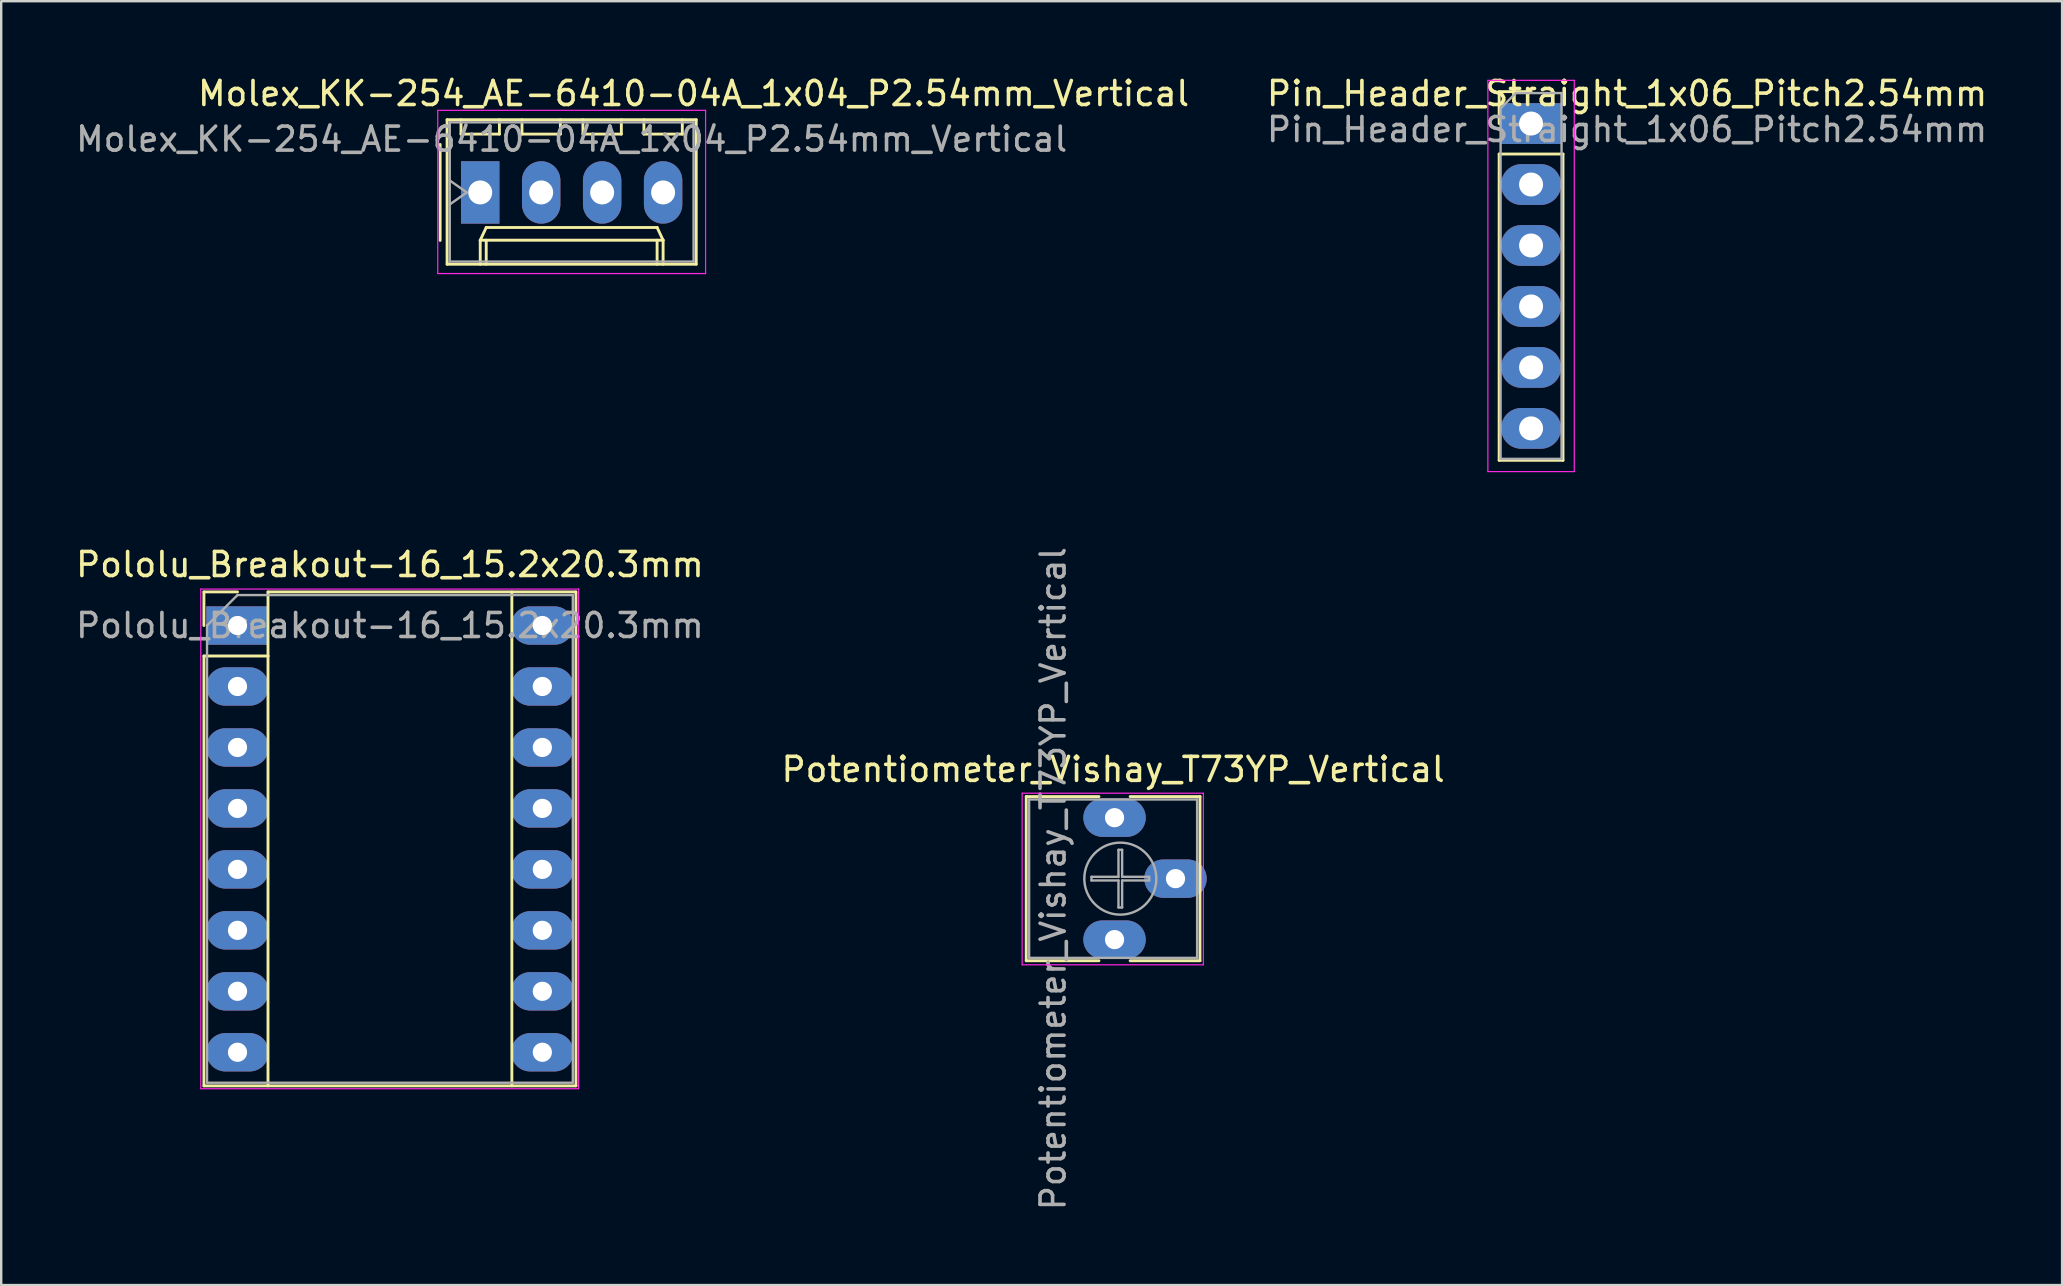
<source format=kicad_pcb>
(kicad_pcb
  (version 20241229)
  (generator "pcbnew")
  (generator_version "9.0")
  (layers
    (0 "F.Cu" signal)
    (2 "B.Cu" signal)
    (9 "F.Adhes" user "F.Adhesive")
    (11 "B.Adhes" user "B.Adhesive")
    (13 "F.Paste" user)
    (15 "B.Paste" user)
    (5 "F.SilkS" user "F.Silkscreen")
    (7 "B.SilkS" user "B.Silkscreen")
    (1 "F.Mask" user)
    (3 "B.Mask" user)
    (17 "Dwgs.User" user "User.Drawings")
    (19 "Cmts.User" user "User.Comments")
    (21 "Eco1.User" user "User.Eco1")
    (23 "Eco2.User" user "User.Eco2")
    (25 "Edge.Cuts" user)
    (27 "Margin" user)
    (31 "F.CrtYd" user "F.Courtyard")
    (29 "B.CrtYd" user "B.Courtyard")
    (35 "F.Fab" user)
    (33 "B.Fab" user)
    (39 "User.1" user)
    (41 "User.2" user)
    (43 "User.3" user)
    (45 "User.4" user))
  (footprint "Pololu_Breakout-16_15.2x20.3mm"
    (layer "F.Cu")
    (at 6.846 23.012)
    (property "Reference" "Pololu_Breakout-16_15.2x20.3mm" (at 6.35 -2.54 0) (layer "F.SilkS") (effects (font (size 1 1) (thickness 0.15))))
    (attr through_hole)
    (fp_line (start -1.4 -1.4) (end -1.4 0) (stroke (width 0.12) (type solid)) (layer "F.SilkS"))
    (fp_line (start -1.4 1.27) (end -1.4 19.18) (stroke (width 0.12) (type solid)) (layer "F.SilkS"))
    (fp_line (start -1.4 19.18) (end 14.1 19.18) (stroke (width 0.12) (type solid)) (layer "F.SilkS"))
    (fp_line (start 0 -1.4) (end -1.4 -1.4) (stroke (width 0.12) (type solid)) (layer "F.SilkS"))
    (fp_line (start 1.27 -1.4) (end 1.27 1.27) (stroke (width 0.12) (type solid)) (layer "F.SilkS"))
    (fp_line (start 1.27 1.27) (end -1.4 1.27) (stroke (width 0.12) (type solid)) (layer "F.SilkS"))
    (fp_line (start 1.27 1.27) (end 1.27 19.18) (stroke (width 0.12) (type solid)) (layer "F.SilkS"))
    (fp_line (start 11.43 -1.4) (end 11.43 19.18) (stroke (width 0.12) (type solid)) (layer "F.SilkS"))
    (fp_line (start 14.1 -1.4) (end 1.27 -1.4) (stroke (width 0.12) (type solid)) (layer "F.SilkS"))
    (fp_line (start 14.1 19.18) (end 14.1 -1.4) (stroke (width 0.12) (type solid)) (layer "F.SilkS"))
    (fp_line (start -1.53 -1.52) (end -1.53 19.3) (stroke (width 0.05) (type solid)) (layer "F.CrtYd"))
    (fp_line (start -1.53 -1.52) (end 14.21 -1.52) (stroke (width 0.05) (type solid)) (layer "F.CrtYd"))
    (fp_line (start 14.21 19.3) (end -1.53 19.3) (stroke (width 0.05) (type solid)) (layer "F.CrtYd"))
    (fp_line (start 14.21 19.3) (end 14.21 -1.52) (stroke (width 0.05) (type solid)) (layer "F.CrtYd"))
    (fp_line (start -1.27 0) (end 0 -1.27) (stroke (width 0.1) (type solid)) (layer "F.Fab"))
    (fp_line (start -1.27 19.05) (end -1.27 0) (stroke (width 0.1) (type solid)) (layer "F.Fab"))
    (fp_line (start 0 -1.27) (end 13.97 -1.27) (stroke (width 0.1) (type solid)) (layer "F.Fab"))
    (fp_line (start 13.97 -1.27) (end 13.97 19.05) (stroke (width 0.1) (type solid)) (layer "F.Fab"))
    (fp_line (start 13.97 19.05) (end -1.27 19.05) (stroke (width 0.1) (type solid)) (layer "F.Fab"))
    (fp_text user "${REFERENCE}" (at 6.35 0 0) (layer "F.Fab") (effects (font (size 1 1) (thickness 0.15))))
    (pad "1" thru_hole rect (at 0 0) (size 2.6 1.6) (drill 0.8) (layers "*.Cu" "*.Mask"))
    (pad "2" thru_hole oval (at 0 2.54) (size 2.6 1.6) (drill 0.8) (layers "*.Cu" "*.Mask"))
    (pad "3" thru_hole oval (at 0 5.08) (size 2.6 1.6) (drill 0.8) (layers "*.Cu" "*.Mask"))
    (pad "4" thru_hole oval (at 0 7.62) (size 2.6 1.6) (drill 0.8) (layers "*.Cu" "*.Mask"))
    (pad "5" thru_hole oval (at 0 10.16) (size 2.6 1.6) (drill 0.8) (layers "*.Cu" "*.Mask"))
    (pad "6" thru_hole oval (at 0 12.7) (size 2.6 1.6) (drill 0.8) (layers "*.Cu" "*.Mask"))
    (pad "7" thru_hole oval (at 0 15.24) (size 2.6 1.6) (drill 0.8) (layers "*.Cu" "*.Mask"))
    (pad "8" thru_hole oval (at 0 17.78) (size 2.6 1.6) (drill 0.8) (layers "*.Cu" "*.Mask"))
    (pad "9" thru_hole oval (at 12.7 17.78) (size 2.6 1.6) (drill 0.8) (layers "*.Cu" "*.Mask"))
    (pad "10" thru_hole oval (at 12.7 15.24) (size 2.6 1.6) (drill 0.8) (layers "*.Cu" "*.Mask"))
    (pad "11" thru_hole oval (at 12.7 12.7) (size 2.6 1.6) (drill 0.8) (layers "*.Cu" "*.Mask"))
    (pad "12" thru_hole oval (at 12.7 10.16) (size 2.6 1.6) (drill 0.8) (layers "*.Cu" "*.Mask"))
    (pad "13" thru_hole oval (at 12.7 7.62) (size 2.6 1.6) (drill 0.8) (layers "*.Cu" "*.Mask"))
    (pad "14" thru_hole oval (at 12.7 5.08) (size 2.6 1.6) (drill 0.8) (layers "*.Cu" "*.Mask"))
    (pad "15" thru_hole oval (at 12.7 2.54) (size 2.6 1.6) (drill 0.8) (layers "*.Cu" "*.Mask"))
    (pad "16" thru_hole oval (at 12.7 0) (size 2.6 1.6) (drill 0.8) (layers "*.Cu" "*.Mask")))
  (footprint "Potentiometer_Vishay_T73YP_Vertical"
    (layer "F.Cu")
    (at 43.387 36.098)
    (property "Reference" "Potentiometer_Vishay_T73YP_Vertical" (at -0.06 -7.09 0) (layer "F.SilkS") (effects (font (size 1 1) (thickness 0.15))))
    (attr through_hole)
    (fp_line (start -3.68 -5.96) (end -3.68 0.88) (stroke (width 0.12) (type solid)) (layer "F.SilkS"))
    (fp_line (start -3.68 -5.96) (end -0.65 -5.96) (stroke (width 0.12) (type solid)) (layer "F.SilkS"))
    (fp_line (start -3.68 0.88) (end -0.65 0.88) (stroke (width 0.12) (type solid)) (layer "F.SilkS"))
    (fp_line (start 0.65 -5.96) (end 3.56 -5.96) (stroke (width 0.12) (type solid)) (layer "F.SilkS"))
    (fp_line (start 0.65 0.88) (end 3.56 0.88) (stroke (width 0.12) (type solid)) (layer "F.SilkS"))
    (fp_line (start 3.56 -5.96) (end 3.56 0.88) (stroke (width 0.12) (type solid)) (layer "F.SilkS"))
    (fp_line (start -3.85 -6.1) (end -3.85 1.05) (stroke (width 0.05) (type solid)) (layer "F.CrtYd"))
    (fp_line (start -3.85 1.05) (end 3.7 1.05) (stroke (width 0.05) (type solid)) (layer "F.CrtYd"))
    (fp_line (start 3.7 -6.1) (end -3.85 -6.1) (stroke (width 0.05) (type solid)) (layer "F.CrtYd"))
    (fp_line (start 3.7 1.05) (end 3.7 -6.1) (stroke (width 0.05) (type solid)) (layer "F.CrtYd"))
    (fp_line (start -3.56 -5.84) (end -3.56 0.76) (stroke (width 0.1) (type solid)) (layer "F.Fab"))
    (fp_line (start -3.56 0.76) (end 3.44 0.76) (stroke (width 0.1) (type solid)) (layer "F.Fab"))
    (fp_line (start -0.961 -2.616) (end 0.164 -2.616) (stroke (width 0.1) (type solid)) (layer "F.Fab"))
    (fp_line (start -0.961 -2.464) (end -0.961 -2.616) (stroke (width 0.1) (type solid)) (layer "F.Fab"))
    (fp_line (start 0.164 -3.741) (end 0.316 -3.741) (stroke (width 0.1) (type solid)) (layer "F.Fab"))
    (fp_line (start 0.164 -2.616) (end 0.164 -3.741) (stroke (width 0.1) (type solid)) (layer "F.Fab"))
    (fp_line (start 0.164 -2.464) (end -0.961 -2.464) (stroke (width 0.1) (type solid)) (layer "F.Fab"))
    (fp_line (start 0.164 -1.339) (end 0.164 -2.464) (stroke (width 0.1) (type solid)) (layer "F.Fab"))
    (fp_line (start 0.316 -3.741) (end 0.316 -2.616) (stroke (width 0.1) (type solid)) (layer "F.Fab"))
    (fp_line (start 0.316 -2.616) (end 1.441 -2.616) (stroke (width 0.1) (type solid)) (layer "F.Fab"))
    (fp_line (start 0.316 -2.464) (end 0.316 -1.339) (stroke (width 0.1) (type solid)) (layer "F.Fab"))
    (fp_line (start 0.316 -1.339) (end 0.164 -1.339) (stroke (width 0.1) (type solid)) (layer "F.Fab"))
    (fp_line (start 1.441 -2.616) (end 1.441 -2.464) (stroke (width 0.1) (type solid)) (layer "F.Fab"))
    (fp_line (start 1.441 -2.464) (end 0.316 -2.464) (stroke (width 0.1) (type solid)) (layer "F.Fab"))
    (fp_line (start 3.44 -5.84) (end -3.56 -5.84) (stroke (width 0.1) (type solid)) (layer "F.Fab"))
    (fp_line (start 3.44 0.76) (end 3.44 -5.84) (stroke (width 0.1) (type solid)) (layer "F.Fab"))
    (fp_circle (center 0.24 -2.54) (end 1.74 -2.54) (stroke (width 0.1) (type solid)) (fill no) (layer "F.Fab"))
    (fp_text user "${REFERENCE}" (at -2.56 -2.54 90) (layer "F.Fab") (effects (font (size 1 1) (thickness 0.15))))
    (pad "1" thru_hole oval (at 0 0) (size 2.6 1.6) (drill 0.8) (layers "*.Cu" "*.Mask"))
    (pad "2" thru_hole oval (at 2.54 -2.54) (size 2.6 1.6) (drill 0.8) (layers "*.Cu" "*.Mask"))
    (pad "3" thru_hole oval (at 0 -5.08) (size 2.6 1.6) (drill 0.8) (layers "*.Cu" "*.Mask")))
  (footprint "Pin_Header_Straight_1x06_Pitch2.54mm"
    (layer "F.Cu")
    (at 60.741 2.098)
    (property "Reference" "Pin_Header_Straight_1x06_Pitch2.54mm" (at 4 -1.25 0) (layer "F.SilkS") (effects (font (size 1 1) (thickness 0.15))))
    (attr through_hole)
    (fp_line (start -1.33 -1.33) (end 0 -1.33) (stroke (width 0.12) (type solid)) (layer "F.SilkS"))
    (fp_line (start -1.33 0) (end -1.33 -1.33) (stroke (width 0.12) (type solid)) (layer "F.SilkS"))
    (fp_line (start -1.33 1.27) (end -1.33 14.03) (stroke (width 0.12) (type solid)) (layer "F.SilkS"))
    (fp_line (start -1.33 1.27) (end 1.33 1.27) (stroke (width 0.12) (type solid)) (layer "F.SilkS"))
    (fp_line (start -1.33 14.03) (end 1.33 14.03) (stroke (width 0.12) (type solid)) (layer "F.SilkS"))
    (fp_line (start 1.33 1.27) (end 1.33 14.03) (stroke (width 0.12) (type solid)) (layer "F.SilkS"))
    (fp_line (start -1.8 -1.8) (end -1.8 14.5) (stroke (width 0.05) (type solid)) (layer "F.CrtYd"))
    (fp_line (start -1.8 14.5) (end 1.8 14.5) (stroke (width 0.05) (type solid)) (layer "F.CrtYd"))
    (fp_line (start 1.8 -1.8) (end -1.8 -1.8) (stroke (width 0.05) (type solid)) (layer "F.CrtYd"))
    (fp_line (start 1.8 14.5) (end 1.8 -1.8) (stroke (width 0.05) (type solid)) (layer "F.CrtYd"))
    (fp_line (start -1.27 -0.635) (end -0.635 -1.27) (stroke (width 0.1) (type solid)) (layer "F.Fab"))
    (fp_line (start -1.27 13.97) (end -1.27 -0.635) (stroke (width 0.1) (type solid)) (layer "F.Fab"))
    (fp_line (start -0.635 -1.27) (end 1.27 -1.27) (stroke (width 0.1) (type solid)) (layer "F.Fab"))
    (fp_line (start 1.27 -1.27) (end 1.27 13.97) (stroke (width 0.1) (type solid)) (layer "F.Fab"))
    (fp_line (start 1.27 13.97) (end -1.27 13.97) (stroke (width 0.1) (type solid)) (layer "F.Fab"))
    (fp_text user "${REFERENCE}" (at 4 0.25 180) (layer "F.Fab") (effects (font (size 1 1) (thickness 0.15))))
    (pad "1" thru_hole rect (at 0 0) (size 2.5 1.7) (drill 1) (layers "*.Cu" "*.Mask"))
    (pad "2" thru_hole oval (at 0 2.54) (size 2.5 1.7) (drill 1) (layers "*.Cu" "*.Mask"))
    (pad "3" thru_hole oval (at 0 5.08) (size 2.5 1.7) (drill 1) (layers "*.Cu" "*.Mask"))
    (pad "4" thru_hole oval (at 0 7.62) (size 2.5 1.7) (drill 1) (layers "*.Cu" "*.Mask"))
    (pad "5" thru_hole oval (at 0 10.16) (size 2.5 1.7) (drill 1) (layers "*.Cu" "*.Mask"))
    (pad "6" thru_hole oval (at 0 12.7) (size 2.5 1.7) (drill 1) (layers "*.Cu" "*.Mask")))
  (footprint "Molex_KK-254_AE-6410-04A_1x04_P2.54mm_Vertical"
    (layer "F.Cu")
    (at 16.958 4.968)
    (property "Reference" "Molex_KK-254_AE-6410-04A_1x04_P2.54mm_Vertical" (at 8.89 -4.12 0) (layer "F.SilkS") (effects (font (size 1 1) (thickness 0.15))))
    (attr through_hole)
    (fp_line (start -1.67 -2) (end -1.67 2) (stroke (width 0.12) (type solid)) (layer "F.SilkS"))
    (fp_line (start -1.38 -3.03) (end -1.38 2.99) (stroke (width 0.12) (type solid)) (layer "F.SilkS"))
    (fp_line (start -1.38 2.99) (end 9 2.99) (stroke (width 0.12) (type solid)) (layer "F.SilkS"))
    (fp_line (start -0.8 -3.03) (end -0.8 -2.43) (stroke (width 0.12) (type solid)) (layer "F.SilkS"))
    (fp_line (start -0.8 -2.43) (end 0.8 -2.43) (stroke (width 0.12) (type solid)) (layer "F.SilkS"))
    (fp_line (start 0 1.99) (end 0.25 1.46) (stroke (width 0.12) (type solid)) (layer "F.SilkS"))
    (fp_line (start 0 1.99) (end 7.62 1.99) (stroke (width 0.12) (type solid)) (layer "F.SilkS"))
    (fp_line (start 0 2.99) (end 0 1.99) (stroke (width 0.12) (type solid)) (layer "F.SilkS"))
    (fp_line (start 0.25 1.46) (end 7.37 1.46) (stroke (width 0.12) (type solid)) (layer "F.SilkS"))
    (fp_line (start 0.25 2.99) (end 0.25 1.99) (stroke (width 0.12) (type solid)) (layer "F.SilkS"))
    (fp_line (start 0.8 -2.43) (end 0.8 -3.03) (stroke (width 0.12) (type solid)) (layer "F.SilkS"))
    (fp_line (start 1.74 -3.03) (end 1.74 -2.43) (stroke (width 0.12) (type solid)) (layer "F.SilkS"))
    (fp_line (start 1.74 -2.43) (end 3.34 -2.43) (stroke (width 0.12) (type solid)) (layer "F.SilkS"))
    (fp_line (start 3.34 -2.43) (end 3.34 -3.03) (stroke (width 0.12) (type solid)) (layer "F.SilkS"))
    (fp_line (start 4.28 -3.03) (end 4.28 -2.43) (stroke (width 0.12) (type solid)) (layer "F.SilkS"))
    (fp_line (start 4.28 -2.43) (end 5.88 -2.43) (stroke (width 0.12) (type solid)) (layer "F.SilkS"))
    (fp_line (start 5.88 -2.43) (end 5.88 -3.03) (stroke (width 0.12) (type solid)) (layer "F.SilkS"))
    (fp_line (start 6.82 -3.03) (end 6.82 -2.43) (stroke (width 0.12) (type solid)) (layer "F.SilkS"))
    (fp_line (start 6.82 -2.43) (end 8.42 -2.43) (stroke (width 0.12) (type solid)) (layer "F.SilkS"))
    (fp_line (start 7.37 1.46) (end 7.62 1.99) (stroke (width 0.12) (type solid)) (layer "F.SilkS"))
    (fp_line (start 7.37 2.99) (end 7.37 1.99) (stroke (width 0.12) (type solid)) (layer "F.SilkS"))
    (fp_line (start 7.62 1.99) (end 7.62 2.99) (stroke (width 0.12) (type solid)) (layer "F.SilkS"))
    (fp_line (start 8.42 -2.43) (end 8.42 -3.03) (stroke (width 0.12) (type solid)) (layer "F.SilkS"))
    (fp_line (start 9 -3.03) (end -1.38 -3.03) (stroke (width 0.12) (type solid)) (layer "F.SilkS"))
    (fp_line (start 9 2.99) (end 9 -3.03) (stroke (width 0.12) (type solid)) (layer "F.SilkS"))
    (fp_line (start -1.77 -3.42) (end -1.77 3.38) (stroke (width 0.05) (type solid)) (layer "F.CrtYd"))
    (fp_line (start -1.77 3.38) (end 9.39 3.38) (stroke (width 0.05) (type solid)) (layer "F.CrtYd"))
    (fp_line (start 9.39 -3.42) (end -1.77 -3.42) (stroke (width 0.05) (type solid)) (layer "F.CrtYd"))
    (fp_line (start 9.39 3.38) (end 9.39 -3.42) (stroke (width 0.05) (type solid)) (layer "F.CrtYd"))
    (fp_line (start -1.27 -2.92) (end -1.27 2.88) (stroke (width 0.1) (type solid)) (layer "F.Fab"))
    (fp_line (start -1.27 -0.5) (end -0.563 0) (stroke (width 0.1) (type solid)) (layer "F.Fab"))
    (fp_line (start -1.27 2.88) (end 8.89 2.88) (stroke (width 0.1) (type solid)) (layer "F.Fab"))
    (fp_line (start -0.563 0) (end -1.27 0.5) (stroke (width 0.1) (type solid)) (layer "F.Fab"))
    (fp_line (start 8.89 -2.92) (end -1.27 -2.92) (stroke (width 0.1) (type solid)) (layer "F.Fab"))
    (fp_line (start 8.89 2.88) (end 8.89 -2.92) (stroke (width 0.1) (type solid)) (layer "F.Fab"))
    (fp_text user "${REFERENCE}" (at 3.81 -2.22 0) (layer "F.Fab") (effects (font (size 1 1) (thickness 0.15))))
    (pad "1" thru_hole rect (at 0 0) (size 1.6 2.6) (drill 1) (layers "*.Cu" "*.Mask"))
    (pad "2" thru_hole oval (at 2.54 0) (size 1.6 2.6) (drill 1) (layers "*.Cu" "*.Mask"))
    (pad "3" thru_hole oval (at 5.08 0) (size 1.6 2.6) (drill 1) (layers "*.Cu" "*.Mask"))
    (pad "4" thru_hole oval (at 7.62 0) (size 1.6 2.6) (drill 1) (layers "*.Cu" "*.Mask")))
  (gr_rect
    (start -3 -3)
    (end 82.866 50.492)
    (stroke (width 0.1) (type default))
    (fill no)
    (layer "Edge.Cuts")))
</source>
